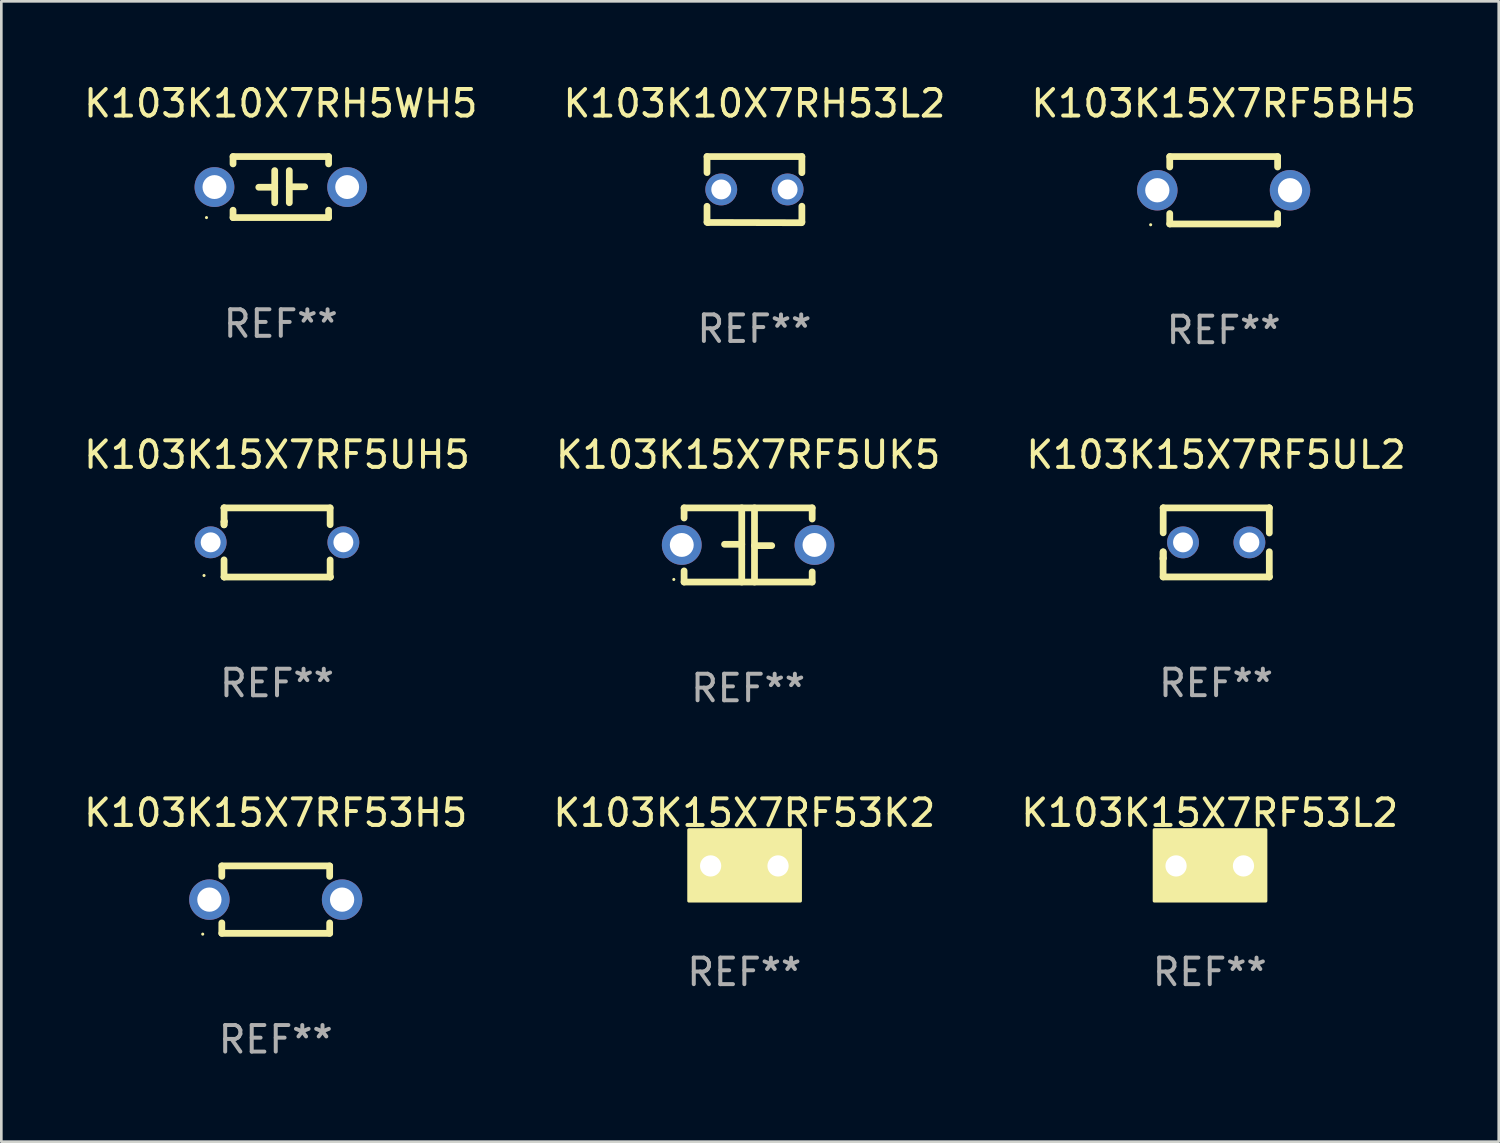
<source format=kicad_pcb>
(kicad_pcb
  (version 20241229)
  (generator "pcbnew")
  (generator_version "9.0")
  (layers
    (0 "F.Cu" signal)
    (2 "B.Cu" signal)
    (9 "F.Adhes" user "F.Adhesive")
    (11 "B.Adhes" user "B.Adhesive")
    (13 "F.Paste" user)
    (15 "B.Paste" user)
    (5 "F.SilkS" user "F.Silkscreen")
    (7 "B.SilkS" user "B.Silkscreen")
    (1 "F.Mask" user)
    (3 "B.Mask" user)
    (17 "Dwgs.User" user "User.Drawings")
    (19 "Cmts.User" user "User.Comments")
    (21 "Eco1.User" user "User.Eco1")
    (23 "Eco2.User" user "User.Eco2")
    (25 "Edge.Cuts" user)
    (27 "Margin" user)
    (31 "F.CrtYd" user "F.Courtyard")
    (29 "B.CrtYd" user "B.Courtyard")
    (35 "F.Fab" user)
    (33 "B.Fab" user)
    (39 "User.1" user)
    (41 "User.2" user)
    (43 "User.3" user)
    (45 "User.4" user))
  (footprint "K103K15X7RF5UH5"
    (layer "F.Cu")
    (at 7.387 17.388)
    (property "Reference" "K103K15X7RF5UH5" (at 0 -3.303 0) (layer "F.SilkS") (effects (font (size 1 1) (thickness 0.15))))
    (attr through_hole)
    (fp_line (start -1.996 -0.782) (end -1.983 -0.795) (stroke (width 0.254) (type solid)) (layer "F.SilkS"))
    (fp_line (start -1.996 -0.665) (end -1.996 -0.782) (stroke (width 0.254) (type solid)) (layer "F.SilkS"))
    (fp_line (start -1.996 1.297) (end -1.996 0.655) (stroke (width 0.254) (type solid)) (layer "F.SilkS"))
    (fp_line (start -1.996 -1.303) (end 2.001 -1.303) (stroke (width 0.254) (type solid)) (layer "F.SilkS"))
    (fp_line (start -1.995 -1.303) (end -1.996 -1.303) (stroke (width 0.254) (type solid)) (layer "F.SilkS"))
    (fp_line (start -1.995 -0.664) (end -1.995 -1.303) (stroke (width 0.254) (type solid)) (layer "F.SilkS"))
    (fp_line (start -1.99 1.303) (end -1.996 1.297) (stroke (width 0.254) (type solid)) (layer "F.SilkS"))
    (fp_line (start 2.001 -1.303) (end 2.001 -0.669) (stroke (width 0.254) (type solid)) (layer "F.SilkS"))
    (fp_line (start 2.001 0.659) (end 2.001 1.297) (stroke (width 0.254) (type solid)) (layer "F.SilkS"))
    (fp_line (start 2.001 1.297) (end 2.008 1.303) (stroke (width 0.254) (type solid)) (layer "F.SilkS"))
    (fp_line (start 2.008 1.303) (end -1.99 1.303) (stroke (width 0.254) (type solid)) (layer "F.SilkS"))
    (fp_circle (center -2.75 1.245) (end -2.72 1.245) (stroke (width 0.06) (type solid)) (fill no) (layer "F.SilkS"))
    (fp_text user "REF**" (at 0 5.303 0) (layer "F.Fab") (effects (font (size 1 1) (thickness 0.15))))
    (pad "1" thru_hole circle (at -2.5 -0.005) (size 1.2 1.2) (drill 0.75) (layers "*.Cu" "*.Mask"))
    (pad "2" thru_hole circle (at 2.5 -0.005) (size 1.2 1.2) (drill 0.75) (layers "*.Cu" "*.Mask")))
  (footprint "K103K15X7RF5BH5"
    (layer "F.Cu")
    (at 43.054 4.118)
    (property "Reference" "K103K15X7RF5BH5" (at 0 -3.27 0) (layer "F.SilkS") (effects (font (size 1 1) (thickness 0.15))))
    (attr through_hole)
    (fp_line (start -2.032 -1.27) (end -2.032 -0.876) (stroke (width 0.254) (type solid)) (layer "F.SilkS"))
    (fp_line (start -2.032 0.876) (end -2.032 1.27) (stroke (width 0.254) (type solid)) (layer "F.SilkS"))
    (fp_line (start -2.032 1.27) (end 2.032 1.27) (stroke (width 0.254) (type solid)) (layer "F.SilkS"))
    (fp_line (start 2.032 -1.27) (end -2.032 -1.27) (stroke (width 0.254) (type solid)) (layer "F.SilkS"))
    (fp_line (start 2.032 -0.876) (end 2.032 -1.27) (stroke (width 0.254) (type solid)) (layer "F.SilkS"))
    (fp_line (start 2.032 1.27) (end 2.032 0.876) (stroke (width 0.254) (type solid)) (layer "F.SilkS"))
    (fp_circle (center -2.751 1.3) (end -2.721 1.3) (stroke (width 0.06) (type solid)) (fill no) (layer "F.SilkS"))
    (fp_text user "REF**" (at 0 5.27 0) (layer "F.Fab") (effects (font (size 1 1) (thickness 0.15))))
    (pad "1" thru_hole circle (at -2.5 0) (size 1.524 1.524) (drill 0.914) (layers "*.Cu" "*.Mask"))
    (pad "2" thru_hole circle (at 2.5 0) (size 1.524 1.524) (drill 0.914) (layers "*.Cu" "*.Mask")))
  (footprint "K103K15X7RF53K2"
    (layer "F.Cu")
    (at 24.994 29.575)
    (property "Reference" "K103K15X7RF53K2" (at 0 -2 0) (layer "F.SilkS") (effects (font (size 1 1) (thickness 0.15))))
    (attr through_hole)
    (fp_circle (center -2 1.3) (end -1.97 1.3) (stroke (width 0.06) (type solid)) (fill no) (layer "F.SilkS"))
    (fp_poly (pts (xy -2.09 -1.36) (xy 2.11 -1.36) (xy 2.11 1.32) (xy -2.09 1.32)) (stroke (width 0.12) (type solid)) (fill yes) (layer "F.SilkS"))
    (fp_text user "REF**" (at 0 4 0) (layer "F.Fab") (effects (font (size 1 1) (thickness 0.15))))
    (pad "1" thru_hole circle (at -1.27 0) (size 1.4 1.4) (drill 0.8) (layers "*.Cu" "*.Mask"))
    (pad "2" thru_hole circle (at 1.27 0) (size 1.4 1.4) (drill 0.8) (layers "*.Cu" "*.Mask")))
  (footprint "K103K15X7RF5UK5"
    (layer "F.Cu")
    (at 25.137 17.482)
    (property "Reference" "K103K15X7RF5UK5" (at 0 -3.397 0) (layer "F.SilkS") (effects (font (size 1 1) (thickness 0.15))))
    (attr through_hole)
    (fp_line (start -2.413 -1.397) (end 2.413 -1.397) (stroke (width 0.254) (type solid)) (layer "F.SilkS"))
    (fp_line (start -2.413 -1.016) (end -2.413 -1.397) (stroke (width 0.254) (type solid)) (layer "F.SilkS"))
    (fp_line (start -2.413 0.977) (end -2.413 1.397) (stroke (width 0.254) (type solid)) (layer "F.SilkS"))
    (fp_line (start -0.24 -0.025) (end -0.889 -0.025) (stroke (width 0.254) (type solid)) (layer "F.SilkS"))
    (fp_line (start -0.24 1.397) (end -0.24 -1.397) (stroke (width 0.254) (type solid)) (layer "F.SilkS"))
    (fp_line (start 0.24 -1.397) (end 0.24 1.397) (stroke (width 0.254) (type solid)) (layer "F.SilkS"))
    (fp_line (start 0.24 0.025) (end 0.889 0.025) (stroke (width 0.254) (type solid)) (layer "F.SilkS"))
    (fp_line (start 2.413 -0.977) (end 2.413 -1.397) (stroke (width 0.254) (type solid)) (layer "F.SilkS"))
    (fp_line (start 2.413 1.016) (end 2.413 1.397) (stroke (width 0.254) (type solid)) (layer "F.SilkS"))
    (fp_line (start 2.413 1.397) (end -2.413 1.397) (stroke (width 0.254) (type solid)) (layer "F.SilkS"))
    (fp_circle (center -2.8 1.3) (end -2.77 1.3) (stroke (width 0.06) (type solid)) (fill no) (layer "F.SilkS"))
    (fp_text user "REF**" (at 0 5.397 0) (layer "F.Fab") (effects (font (size 1 1) (thickness 0.15))))
    (pad "1" thru_hole circle (at -2.5 0) (size 1.5 1.5) (drill 0.9) (layers "*.Cu" "*.Mask"))
    (pad "2" thru_hole circle (at 2.5 0) (size 1.5 1.5) (drill 0.9) (layers "*.Cu" "*.Mask")))
  (footprint "K103K10X7RH53L2"
    (layer "F.Cu")
    (at 25.375 4.095)
    (property "Reference" "K103K10X7RH53L2" (at 0 -3.246 0) (layer "F.SilkS") (effects (font (size 1 1) (thickness 0.15))))
    (attr through_hole)
    (fp_line (start -1.787 -1.246) (end -1.787 -0.642) (stroke (width 0.254) (type solid)) (layer "F.SilkS"))
    (fp_line (start -1.787 0.627) (end -1.787 1.228) (stroke (width 0.254) (type solid)) (layer "F.SilkS"))
    (fp_line (start -1.787 1.228) (end -1.75 1.237) (stroke (width 0.254) (type solid)) (layer "F.SilkS"))
    (fp_line (start -1.75 1.237) (end 1.759 1.246) (stroke (width 0.254) (type solid)) (layer "F.SilkS"))
    (fp_line (start 1.759 1.246) (end 1.787 1.218) (stroke (width 0.254) (type solid)) (layer "F.SilkS"))
    (fp_line (start 1.787 -1.246) (end -1.787 -1.246) (stroke (width 0.254) (type solid)) (layer "F.SilkS"))
    (fp_line (start 1.787 -0.639) (end 1.787 -1.246) (stroke (width 0.254) (type solid)) (layer "F.SilkS"))
    (fp_line (start 1.787 1.237) (end 1.787 0.625) (stroke (width 0.254) (type solid)) (layer "F.SilkS"))
    (fp_circle (center -1.801 1.243) (end -1.771 1.243) (stroke (width 0.06) (type solid)) (fill no) (layer "F.SilkS"))
    (fp_text user "REF**" (at 0 5.246 0) (layer "F.Fab") (effects (font (size 1 1) (thickness 0.15))))
    (pad "1" thru_hole circle (at -1.251 -0.007) (size 1.2 1.2) (drill 0.75) (layers "*.Cu" "*.Mask"))
    (pad "2" thru_hole circle (at 1.249 -0.007) (size 1.2 1.2) (drill 0.75) (layers "*.Cu" "*.Mask")))
  (footprint "K103K15X7RF53H5"
    (layer "F.Cu")
    (at 7.339 30.845)
    (property "Reference" "K103K15X7RF53H5" (at 0 -3.27 0) (layer "F.SilkS") (effects (font (size 1 1) (thickness 0.15))))
    (attr through_hole)
    (fp_line (start -2.032 -1.27) (end -2.032 -0.876) (stroke (width 0.254) (type solid)) (layer "F.SilkS"))
    (fp_line (start -2.032 0.876) (end -2.032 1.27) (stroke (width 0.254) (type solid)) (layer "F.SilkS"))
    (fp_line (start -2.032 1.27) (end 2.032 1.27) (stroke (width 0.254) (type solid)) (layer "F.SilkS"))
    (fp_line (start 2.032 -1.27) (end -2.032 -1.27) (stroke (width 0.254) (type solid)) (layer "F.SilkS"))
    (fp_line (start 2.032 -0.876) (end 2.032 -1.27) (stroke (width 0.254) (type solid)) (layer "F.SilkS"))
    (fp_line (start 2.032 1.27) (end 2.032 0.876) (stroke (width 0.254) (type solid)) (layer "F.SilkS"))
    (fp_circle (center -2.751 1.3) (end -2.721 1.3) (stroke (width 0.06) (type solid)) (fill no) (layer "F.SilkS"))
    (fp_text user "REF**" (at 0 5.27 0) (layer "F.Fab") (effects (font (size 1 1) (thickness 0.15))))
    (pad "1" thru_hole circle (at -2.5 0) (size 1.524 1.524) (drill 0.914) (layers "*.Cu" "*.Mask"))
    (pad "2" thru_hole circle (at 2.5 0) (size 1.524 1.524) (drill 0.914) (layers "*.Cu" "*.Mask")))
  (footprint "K103K10X7RH5WH5"
    (layer "F.Cu")
    (at 7.53 3.998)
    (property "Reference" "K103K10X7RH5WH5" (at 0 -3.15 0) (layer "F.SilkS") (effects (font (size 1 1) (thickness 0.15))))
    (attr through_hole)
    (fp_line (start -1.8 -1.15) (end -1.8 -0.872) (stroke (width 0.254) (type solid)) (layer "F.SilkS"))
    (fp_line (start -1.8 -1.15) (end 1.8 -1.15) (stroke (width 0.254) (type solid)) (layer "F.SilkS"))
    (fp_line (start -1.8 0.872) (end -1.8 1.15) (stroke (width 0.254) (type solid)) (layer "F.SilkS"))
    (fp_line (start -1.8 1.15) (end 1.8 1.15) (stroke (width 0.254) (type solid)) (layer "F.SilkS"))
    (fp_line (start -0.23 -0.62) (end -0.23 0.59) (stroke (width 0.254) (type solid)) (layer "F.SilkS"))
    (fp_line (start -0.23 0.007) (end -0.83 0.007) (stroke (width 0.254) (type solid)) (layer "F.SilkS"))
    (fp_line (start 0.32 -0.62) (end 0.32 0.59) (stroke (width 0.254) (type solid)) (layer "F.SilkS"))
    (fp_line (start 0.32 -0.012) (end 0.9 -0.012) (stroke (width 0.254) (type solid)) (layer "F.SilkS"))
    (fp_line (start 1.8 -1.15) (end 1.8 -0.872) (stroke (width 0.254) (type solid)) (layer "F.SilkS"))
    (fp_line (start 1.8 0.872) (end 1.8 1.15) (stroke (width 0.254) (type solid)) (layer "F.SilkS"))
    (fp_circle (center -2.8 1.15) (end -2.77 1.15) (stroke (width 0.06) (type solid)) (fill no) (layer "F.SilkS"))
    (fp_text user "REF**" (at 0 5.15 0) (layer "F.Fab") (effects (font (size 1 1) (thickness 0.15))))
    (pad "1" thru_hole circle (at -2.5 0) (size 1.5 1.5) (drill 0.9) (layers "*.Cu" "*.Mask"))
    (pad "2" thru_hole circle (at 2.5 0) (size 1.5 1.5) (drill 0.9) (layers "*.Cu" "*.Mask")))
  (footprint "K103K15X7RF5UL2"
    (layer "F.Cu")
    (at 42.768 17.386)
    (property "Reference" "K103K15X7RF5UL2" (at 0 -3.301 0) (layer "F.SilkS") (effects (font (size 1 1) (thickness 0.15))))
    (attr through_hole)
    (fp_line (start -1.996 0.354) (end -1.996 1.301) (stroke (width 0.254) (type solid)) (layer "F.SilkS"))
    (fp_line (start -1.996 1.301) (end 2.002 1.301) (stroke (width 0.254) (type solid)) (layer "F.SilkS"))
    (fp_line (start -1.993 -1.299) (end -1.993 -0.36) (stroke (width 0.254) (type solid)) (layer "F.SilkS"))
    (fp_line (start -1.993 0.358) (end -1.993 0.599) (stroke (width 0.254) (type solid)) (layer "F.SilkS"))
    (fp_line (start -1.993 0.599) (end -2.005 0.61) (stroke (width 0.254) (type solid)) (layer "F.SilkS"))
    (fp_line (start -1.992 -1.301) (end -1.993 -1.299) (stroke (width 0.254) (type solid)) (layer "F.SilkS"))
    (fp_line (start 2.002 1.301) (end 2.005 1.298) (stroke (width 0.254) (type solid)) (layer "F.SilkS"))
    (fp_line (start 2.003 -1.301) (end -1.992 -1.301) (stroke (width 0.254) (type solid)) (layer "F.SilkS"))
    (fp_line (start 2.005 -1.299) (end 2.003 -1.301) (stroke (width 0.254) (type solid)) (layer "F.SilkS"))
    (fp_line (start 2.005 -0.355) (end 2.005 -1.299) (stroke (width 0.254) (type solid)) (layer "F.SilkS"))
    (fp_line (start 2.005 1.298) (end 2.005 0.352) (stroke (width 0.254) (type solid)) (layer "F.SilkS"))
    (fp_circle (center -1.996 1.299) (end -1.966 1.299) (stroke (width 0.06) (type solid)) (fill no) (layer "F.SilkS"))
    (fp_text user "REF**" (at 0 5.301 0) (layer "F.Fab") (effects (font (size 1 1) (thickness 0.15))))
    (pad "1" thru_hole circle (at -1.246 -0.001) (size 1.2 1.2) (drill 0.75) (layers "*.Cu" "*.Mask"))
    (pad "2" thru_hole circle (at 1.255 -0.001) (size 1.2 1.2) (drill 0.75) (layers "*.Cu" "*.Mask")))
  (footprint "K103K15X7RF53L2"
    (layer "F.Cu")
    (at 42.53 29.575)
    (property "Reference" "K103K15X7RF53L2" (at 0 -2 0) (layer "F.SilkS") (effects (font (size 1 1) (thickness 0.15))))
    (attr through_hole)
    (fp_circle (center -2 1.3) (end -1.97 1.3) (stroke (width 0.06) (type solid)) (fill no) (layer "F.SilkS"))
    (fp_poly (pts (xy -2.09 -1.36) (xy 2.11 -1.36) (xy 2.11 1.32) (xy -2.09 1.32)) (stroke (width 0.12) (type solid)) (fill yes) (layer "F.SilkS"))
    (fp_text user "REF**" (at 0 4 0) (layer "F.Fab") (effects (font (size 1 1) (thickness 0.15))))
    (pad "1" thru_hole circle (at -1.27 0) (size 1.4 1.4) (drill 0.8) (layers "*.Cu" "*.Mask"))
    (pad "2" thru_hole circle (at 1.27 0) (size 1.4 1.4) (drill 0.8) (layers "*.Cu" "*.Mask")))
  (gr_rect
    (start -3 -3)
    (end 53.417 39.964)
    (stroke (width 0.1) (type default))
    (fill no)
    (layer "Edge.Cuts")))
</source>
